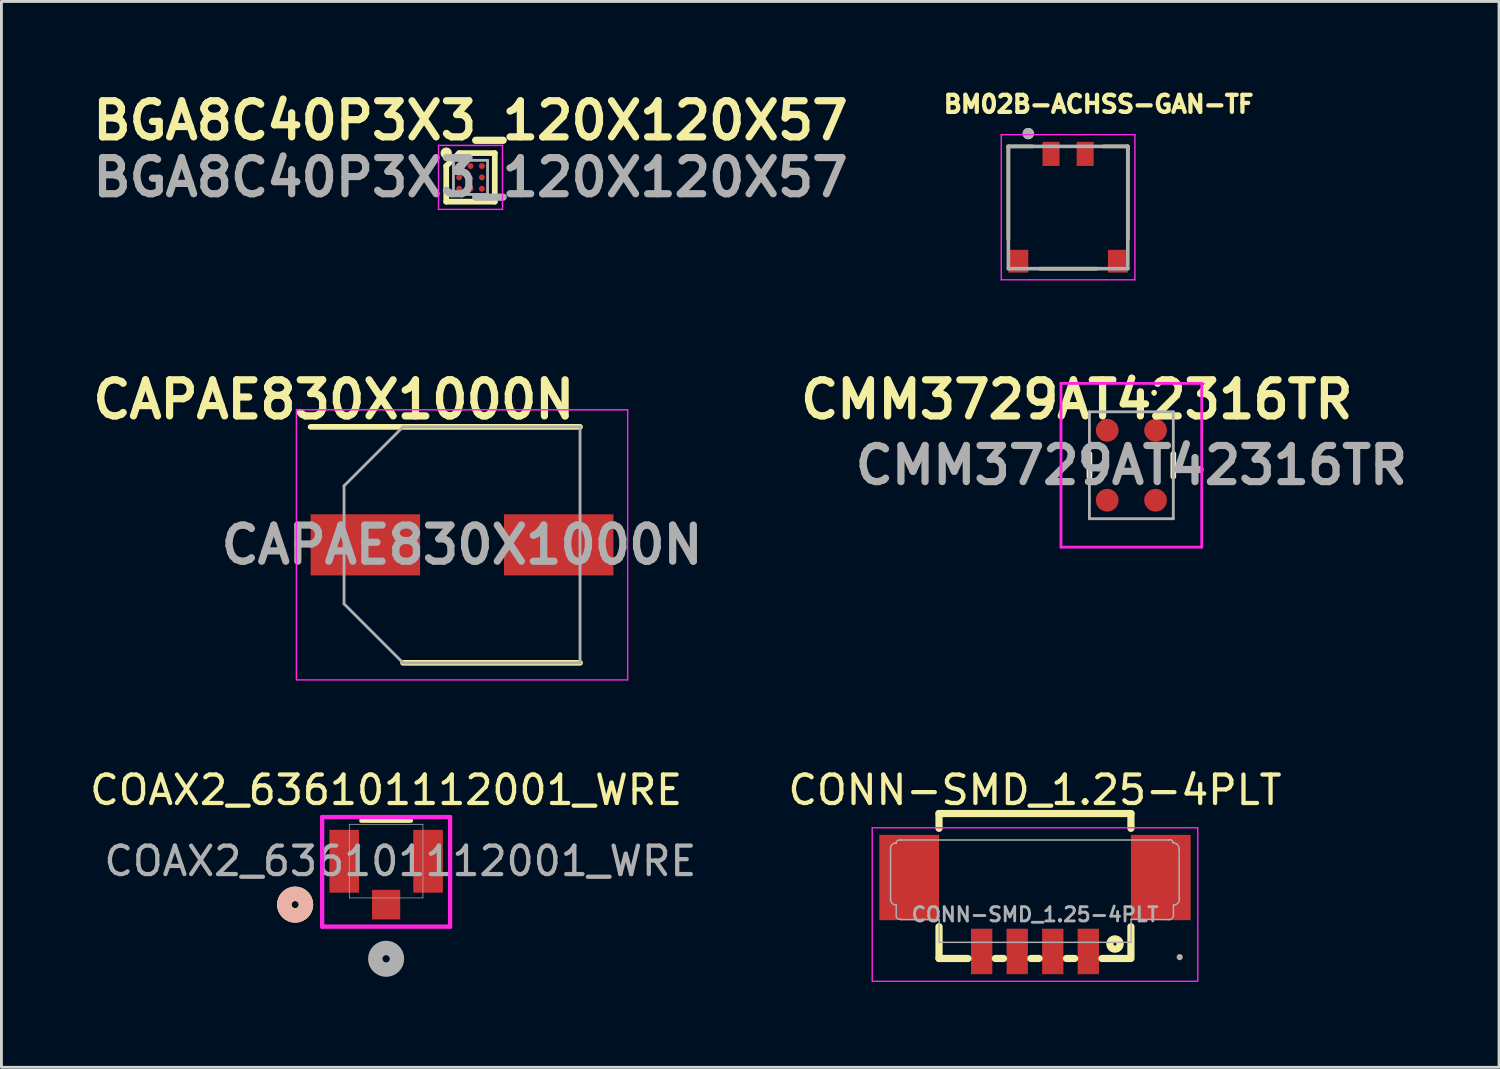
<source format=kicad_pcb>
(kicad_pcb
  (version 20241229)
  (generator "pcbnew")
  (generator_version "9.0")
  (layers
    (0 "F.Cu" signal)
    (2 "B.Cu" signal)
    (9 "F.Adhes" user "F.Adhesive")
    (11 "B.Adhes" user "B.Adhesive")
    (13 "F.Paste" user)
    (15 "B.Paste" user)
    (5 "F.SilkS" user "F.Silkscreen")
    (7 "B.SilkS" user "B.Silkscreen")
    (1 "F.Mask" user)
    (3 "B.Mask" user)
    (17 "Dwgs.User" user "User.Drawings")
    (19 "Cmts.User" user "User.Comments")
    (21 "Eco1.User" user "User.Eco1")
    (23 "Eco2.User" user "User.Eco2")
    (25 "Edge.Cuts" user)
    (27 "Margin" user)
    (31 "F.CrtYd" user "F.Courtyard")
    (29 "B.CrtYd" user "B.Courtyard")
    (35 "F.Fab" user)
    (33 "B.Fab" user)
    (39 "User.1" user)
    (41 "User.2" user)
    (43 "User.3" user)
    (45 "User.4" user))
  (footprint "COAX2_636101112001_WRE"
    (layer "F.Cu")
    (at 10.53 27.236)
    (property "Reference" "COAX2_636101112001_WRE" (at 0 -2.5 0) (unlocked yes) (layer "F.SilkS") (effects (font (size 1 1) (thickness 0.15))))
    (attr smd)
    (fp_line (start 0.871 -1.422) (end -0.871 -1.422) (stroke (width 0.152) (type solid)) (layer "F.SilkS"))
    (fp_circle (center -3.2 1.53) (end -2.819 1.53) (stroke (width 0.508) (type solid)) (fill no) (layer "F.SilkS"))
    (fp_circle (center -3.2 1.53) (end -2.819 1.53) (stroke (width 0.508) (type solid)) (fill no) (layer "B.SilkS"))
    (fp_line (start -2.25 -1.549) (end -2.25 2.304) (stroke (width 0.152) (type solid)) (layer "F.CrtYd"))
    (fp_line (start -2.25 2.304) (end 2.25 2.304) (stroke (width 0.152) (type solid)) (layer "F.CrtYd"))
    (fp_line (start 2.25 -1.549) (end -2.25 -1.549) (stroke (width 0.152) (type solid)) (layer "F.CrtYd"))
    (fp_line (start 2.25 2.304) (end 2.25 -1.549) (stroke (width 0.152) (type solid)) (layer "F.CrtYd"))
    (fp_line (start -1.295 -1.295) (end -1.295 1.295) (stroke (width 0.025) (type solid)) (layer "F.Fab"))
    (fp_line (start -1.295 1.295) (end 1.295 1.295) (stroke (width 0.025) (type solid)) (layer "F.Fab"))
    (fp_line (start 1.295 -1.295) (end -1.295 -1.295) (stroke (width 0.025) (type solid)) (layer "F.Fab"))
    (fp_line (start 1.295 1.295) (end 1.295 -1.295) (stroke (width 0.025) (type solid)) (layer "F.Fab"))
    (fp_circle (center 0 3.435) (end 0.381 3.435) (stroke (width 0.508) (type solid)) (fill no) (layer "F.Fab"))
    (fp_text user "${REFERENCE}" (at 0.5 0 0) (unlocked yes) (layer "F.Fab") (effects (font (size 1 1) (thickness 0.15))))
    (pad "1" smd rect (at 0 1.53) (size 0.991 1.041) (layers "F.Cu" "F.Mask" "F.Paste"))
    (pad "2" smd rect (at -1.475 0.005) (size 1.041 2.21) (layers "F.Cu" "F.Mask" "F.Paste"))
    (pad "3" smd rect (at 1.475 0.005) (size 1.041 2.21) (layers "F.Cu" "F.Mask" "F.Paste")))
  (footprint "BGA8C40P3X3_120X120X57"
    (layer "F.Cu")
    (at 13.498 3.189)
    (property "Reference" "BGA8C40P3X3_120X120X57" (at 0 -2 0) (layer "F.SilkS") (effects (font (size 1.27 1.27) (thickness 0.254))))
    (attr smd)
    (fp_line (start -0.854 -0.4) (end -0.4 -0.854) (stroke (width 0.2) (type solid)) (layer "F.SilkS"))
    (fp_line (start -0.854 0.854) (end -0.854 -0.4) (stroke (width 0.2) (type solid)) (layer "F.SilkS"))
    (fp_line (start -0.4 -0.854) (end 0.854 -0.854) (stroke (width 0.2) (type solid)) (layer "F.SilkS"))
    (fp_line (start 0.854 -0.854) (end 0.854 0.854) (stroke (width 0.2) (type solid)) (layer "F.SilkS"))
    (fp_line (start 0.854 0.854) (end -0.854 0.854) (stroke (width 0.2) (type solid)) (layer "F.SilkS"))
    (fp_circle (center -0.854 -0.854) (end -0.854 -0.754) (stroke (width 0.2) (type solid)) (fill no) (layer "F.SilkS"))
    (fp_line (start -1.125 -1.125) (end 1.125 -1.125) (stroke (width 0.05) (type solid)) (layer "F.CrtYd"))
    (fp_line (start -1.125 1.125) (end -1.125 -1.125) (stroke (width 0.05) (type solid)) (layer "F.CrtYd"))
    (fp_line (start 1.125 -1.125) (end 1.125 1.125) (stroke (width 0.05) (type solid)) (layer "F.CrtYd"))
    (fp_line (start 1.125 1.125) (end -1.125 1.125) (stroke (width 0.05) (type solid)) (layer "F.CrtYd"))
    (fp_line (start -0.6 -0.6) (end 0.6 -0.6) (stroke (width 0.1) (type solid)) (layer "F.Fab"))
    (fp_line (start -0.6 -0.288) (end -0.288 -0.6) (stroke (width 0.1) (type solid)) (layer "F.Fab"))
    (fp_line (start -0.6 0.6) (end -0.6 -0.6) (stroke (width 0.1) (type solid)) (layer "F.Fab"))
    (fp_line (start 0.6 -0.6) (end 0.6 0.6) (stroke (width 0.1) (type solid)) (layer "F.Fab"))
    (fp_line (start 0.6 0.6) (end -0.6 0.6) (stroke (width 0.1) (type solid)) (layer "F.Fab"))
    (fp_text user "${REFERENCE}" (at 0 0 0) (layer "F.Fab") (effects (font (size 1.27 1.27) (thickness 0.254))))
    (pad "A1" smd circle (at -0.4 -0.4 90) (size 0.208 0.208) (layers "F.Cu" "F.Mask" "F.Paste"))
    (pad "A2" smd circle (at 0 -0.4 90) (size 0.208 0.208) (layers "F.Cu" "F.Mask" "F.Paste"))
    (pad "A3" smd circle (at 0.4 -0.4 90) (size 0.208 0.208) (layers "F.Cu" "F.Mask" "F.Paste"))
    (pad "B1" smd circle (at -0.4 0 90) (size 0.208 0.208) (layers "F.Cu" "F.Mask" "F.Paste"))
    (pad "B3" smd circle (at 0.4 0 90) (size 0.208 0.208) (layers "F.Cu" "F.Mask" "F.Paste"))
    (pad "C1" smd circle (at -0.4 0.4 90) (size 0.208 0.208) (layers "F.Cu" "F.Mask" "F.Paste"))
    (pad "C2" smd circle (at 0 0.4 90) (size 0.208 0.208) (layers "F.Cu" "F.Mask" "F.Paste"))
    (pad "C3" smd circle (at 0.4 0.4 90) (size 0.208 0.208) (layers "F.Cu" "F.Mask" "F.Paste")))
  (footprint "CMM3729AT42316TR"
    (layer "F.Cu")
    (at 36.741 13.313)
    (property "Reference" "CMM3729AT42316TR" (at -1.92 -2.31 0) (layer "F.SilkS") (effects (font (size 1.27 1.27) (thickness 0.254))))
    (attr smd)
    (fp_line (start -1.475 -0.4) (end -1.475 0.4) (stroke (width 0.2) (type solid)) (layer "F.SilkS"))
    (fp_line (start 0.8 -2.6) (end 0.8 -2.6) (stroke (width 0.1) (type solid)) (layer "F.SilkS"))
    (fp_line (start 0.8 -2.5) (end 0.8 -2.5) (stroke (width 0.1) (type solid)) (layer "F.SilkS"))
    (fp_line (start 1.475 -0.4) (end 1.475 0.4) (stroke (width 0.2) (type solid)) (layer "F.SilkS"))
    (fp_arc (start 0.8 -2.6) (mid 0.85 -2.55) (end 0.8 -2.5) (stroke (width 0.1) (type solid)) (layer "F.SilkS"))
    (fp_arc (start 0.8 -2.5) (mid 0.75 -2.55) (end 0.8 -2.6) (stroke (width 0.1) (type solid)) (layer "F.SilkS"))
    (fp_line (start -2.475 -2.88) (end 2.475 -2.88) (stroke (width 0.1) (type solid)) (layer "F.CrtYd"))
    (fp_line (start -2.475 2.88) (end -2.475 -2.88) (stroke (width 0.1) (type solid)) (layer "F.CrtYd"))
    (fp_line (start 2.475 -2.88) (end 2.475 2.88) (stroke (width 0.1) (type solid)) (layer "F.CrtYd"))
    (fp_line (start 2.475 2.88) (end -2.475 2.88) (stroke (width 0.1) (type solid)) (layer "F.CrtYd"))
    (fp_line (start -1.475 -1.88) (end 1.475 -1.88) (stroke (width 0.1) (type solid)) (layer "F.Fab"))
    (fp_line (start -1.475 1.88) (end -1.475 -1.88) (stroke (width 0.1) (type solid)) (layer "F.Fab"))
    (fp_line (start 1.475 -1.88) (end 1.475 1.88) (stroke (width 0.1) (type solid)) (layer "F.Fab"))
    (fp_line (start 1.475 1.88) (end -1.475 1.88) (stroke (width 0.1) (type solid)) (layer "F.Fab"))
    (fp_text user "${REFERENCE}" (at 0 0 0) (layer "F.Fab") (effects (font (size 1.27 1.27) (thickness 0.254))))
    (pad "1" smd circle (at 0.85 -1.23 90) (size 0.8 0.8) (layers "F.Cu" "F.Mask" "F.Paste"))
    (pad "2" smd circle (at 0.85 1.23 90) (size 0.8 0.8) (layers "F.Cu" "F.Mask" "F.Paste"))
    (pad "3" smd circle (at -0.85 1.23 90) (size 0.8 0.8) (layers "F.Cu" "F.Mask" "F.Paste"))
    (pad "4" smd circle (at -0.85 -1.23 90) (size 0.8 0.8) (layers "F.Cu" "F.Mask" "F.Paste")))
  (footprint "BM02B-ACHSS-GAN-TF"
    (layer "F.Cu")
    (at 34.515 4.249)
    (property "Reference" "BM02B-ACHSS-GAN-TF" (at 1.075 -3.635 0) (layer "F.SilkS") (effects (font (size 0.6 0.6) (thickness 0.15))))
    (attr smd)
    (fp_line (start -2.1 -2.15) (end -2.1 1.1) (stroke (width 0.127) (type solid)) (layer "F.SilkS"))
    (fp_line (start -1.25 -2.15) (end -2.1 -2.15) (stroke (width 0.127) (type solid)) (layer "F.SilkS"))
    (fp_line (start -1 2.15) (end 1 2.15) (stroke (width 0.127) (type solid)) (layer "F.SilkS"))
    (fp_line (start 1.25 -2.15) (end 2.1 -2.15) (stroke (width 0.127) (type solid)) (layer "F.SilkS"))
    (fp_line (start 2.1 -2.15) (end 2.1 1.1) (stroke (width 0.127) (type solid)) (layer "F.SilkS"))
    (fp_circle (center -1.4 -2.6) (end -1.3 -2.6) (stroke (width 0.2) (type solid)) (fill no) (layer "F.SilkS"))
    (fp_line (start -2.35 -2.562) (end 2.35 -2.562) (stroke (width 0.05) (type solid)) (layer "F.CrtYd"))
    (fp_line (start -2.35 2.54) (end -2.35 -2.562) (stroke (width 0.05) (type solid)) (layer "F.CrtYd"))
    (fp_line (start 2.35 -2.562) (end 2.35 2.54) (stroke (width 0.05) (type solid)) (layer "F.CrtYd"))
    (fp_line (start 2.35 2.54) (end -2.35 2.54) (stroke (width 0.05) (type solid)) (layer "F.CrtYd"))
    (fp_line (start -2.1 -2.15) (end 2.1 -2.15) (stroke (width 0.127) (type solid)) (layer "F.Fab"))
    (fp_line (start -2.1 2.15) (end -2.1 -2.15) (stroke (width 0.127) (type solid)) (layer "F.Fab"))
    (fp_line (start 2.1 -2.15) (end 2.1 2.15) (stroke (width 0.127) (type solid)) (layer "F.Fab"))
    (fp_line (start 2.1 2.15) (end -2.1 2.15) (stroke (width 0.127) (type solid)) (layer "F.Fab"))
    (fp_circle (center -1.4 -2.6) (end -1.3 -2.6) (stroke (width 0.2) (type solid)) (fill no) (layer "F.Fab"))
    (pad "1" smd rect (at -0.6 -1.887) (size 0.6 0.85) (layers "F.Cu" "F.Mask" "F.Paste"))
    (pad "2" smd rect (at 0.6 -1.887) (size 0.6 0.85) (layers "F.Cu" "F.Mask" "F.Paste"))
    (pad "S1" smd rect (at -1.75 1.887) (size 0.7 0.8) (layers "F.Cu" "F.Mask" "F.Paste"))
    (pad "S2" smd rect (at 1.75 1.887) (size 0.7 0.8) (layers "F.Cu" "F.Mask" "F.Paste")))
  (footprint "CAPAE830X1000N"
    (layer "F.Cu")
    (at 13.2 16.113)
    (property "Reference" "CAPAE830X1000N" (at -4.51 -5.11 0) (layer "F.SilkS") (effects (font (size 1.27 1.27) (thickness 0.254))))
    (attr smd)
    (fp_line (start -5.325 -4.15) (end 4.15 -4.15) (stroke (width 0.2) (type solid)) (layer "F.SilkS"))
    (fp_line (start -2.075 4.15) (end 4.15 4.15) (stroke (width 0.2) (type solid)) (layer "F.SilkS"))
    (fp_line (start -5.825 -4.75) (end 5.825 -4.75) (stroke (width 0.05) (type solid)) (layer "F.CrtYd"))
    (fp_line (start -5.825 4.75) (end -5.825 -4.75) (stroke (width 0.05) (type solid)) (layer "F.CrtYd"))
    (fp_line (start 5.825 -4.75) (end 5.825 4.75) (stroke (width 0.05) (type solid)) (layer "F.CrtYd"))
    (fp_line (start 5.825 4.75) (end -5.825 4.75) (stroke (width 0.05) (type solid)) (layer "F.CrtYd"))
    (fp_line (start -4.15 -2.075) (end -4.15 2.075) (stroke (width 0.1) (type solid)) (layer "F.Fab"))
    (fp_line (start -4.15 2.075) (end -2.075 4.15) (stroke (width 0.1) (type solid)) (layer "F.Fab"))
    (fp_line (start -2.075 -4.15) (end -4.15 -2.075) (stroke (width 0.1) (type solid)) (layer "F.Fab"))
    (fp_line (start -2.075 4.15) (end 4.15 4.15) (stroke (width 0.1) (type solid)) (layer "F.Fab"))
    (fp_line (start 4.15 -4.15) (end -2.075 -4.15) (stroke (width 0.1) (type solid)) (layer "F.Fab"))
    (fp_line (start 4.15 4.15) (end 4.15 -4.15) (stroke (width 0.1) (type solid)) (layer "F.Fab"))
    (fp_text user "${REFERENCE}" (at 0 0 0) (layer "F.Fab") (effects (font (size 1.27 1.27) (thickness 0.254))))
    (pad "1" smd rect (at -3.4 0 90) (size 2.15 3.85) (layers "F.Cu" "F.Mask" "F.Paste"))
    (pad "2" smd rect (at 3.4 0 90) (size 2.15 3.85) (layers "F.Cu" "F.Mask" "F.Paste")))
  (footprint "CONN-SMD_1.25-4PLT"
    (layer "F.Cu")
    (at 33.351 29.113)
    (property "Reference" "CONN-SMD_1.25-4PLT" (at 0 -4.377 0) (layer "F.SilkS") (effects (font (size 1 1) (thickness 0.15))))
    (fp_line (start -3.375 -3.55) (end -3.375 -3.031) (stroke (width 0.254) (type default)) (layer "F.SilkS"))
    (fp_line (start -3.375 -3.55) (end 3.375 -3.55) (stroke (width 0.254) (type default)) (layer "F.SilkS"))
    (fp_line (start -3.375 0.431) (end -3.375 1.547) (stroke (width 0.254) (type default)) (layer "F.SilkS"))
    (fp_line (start -3.375 1.547) (end -2.644 1.547) (stroke (width 0.254) (type default)) (layer "F.SilkS"))
    (fp_line (start -2.644 1.547) (end -2.356 1.547) (stroke (width 0.254) (type default)) (layer "F.SilkS"))
    (fp_line (start -1.394 1.547) (end -1.106 1.547) (stroke (width 0.254) (type default)) (layer "F.SilkS"))
    (fp_line (start -0.144 1.547) (end 0.144 1.547) (stroke (width 0.254) (type default)) (layer "F.SilkS"))
    (fp_line (start 1.106 1.547) (end 1.394 1.547) (stroke (width 0.254) (type default)) (layer "F.SilkS"))
    (fp_line (start 2.356 1.547) (end 3.322 1.547) (stroke (width 0.254) (type default)) (layer "F.SilkS"))
    (fp_line (start 3.375 -3.55) (end 3.375 -3.031) (stroke (width 0.254) (type default)) (layer "F.SilkS"))
    (fp_line (start 3.375 0.431) (end 3.375 1.547) (stroke (width 0.254) (type default)) (layer "F.SilkS"))
    (fp_circle (center 2.814 1.039) (end 2.994 1.039) (stroke (width 0.254) (type default)) (fill no) (layer "F.SilkS"))
    (fp_rect (start -5.725 -3.05) (end 5.725 2.35) (stroke (width 0.05) (type default)) (fill no) (layer "F.CrtYd"))
    (fp_line (start -5.08 -2.33) (end -5.08 -0.54) (stroke (width 0.051) (type default)) (layer "F.Fab"))
    (fp_line (start -5.08 -0.54) (end -5.08 -0.53) (stroke (width 0.051) (type default)) (layer "F.Fab"))
    (fp_line (start -4.88 -2.51) (end -4.9 -2.51) (stroke (width 0.051) (type default)) (layer "F.Fab"))
    (fp_line (start -4.88 -0.33) (end -4.88 0.05) (stroke (width 0.051) (type default)) (layer "F.Fab"))
    (fp_line (start -4.76 0.17) (end -4.72 0.17) (stroke (width 0.051) (type default)) (layer "F.Fab"))
    (fp_line (start -4.71 0.18) (end -3.38 0.18) (stroke (width 0.051) (type default)) (layer "F.Fab"))
    (fp_line (start -4.69 -2.62) (end -4.77 -2.62) (stroke (width 0.051) (type default)) (layer "F.Fab"))
    (fp_line (start -3.37 0.19) (end -3.37 0.97) (stroke (width 0.051) (type default)) (layer "F.Fab"))
    (fp_line (start -3.36 0.98) (end 3.37 0.98) (stroke (width 0.051) (type default)) (layer "F.Fab"))
    (fp_line (start 3.38 0.17) (end 4.71 0.18) (stroke (width 0.051) (type default)) (layer "F.Fab"))
    (fp_line (start 3.38 0.97) (end 3.38 0.17) (stroke (width 0.051) (type default)) (layer "F.Fab"))
    (fp_line (start 4.69 -2.62) (end -4.69 -2.62) (stroke (width 0.051) (type default)) (layer "F.Fab"))
    (fp_line (start 4.71 0.18) (end 4.72 0.18) (stroke (width 0.051) (type default)) (layer "F.Fab"))
    (fp_line (start 4.75 -2.63) (end 4.7 -2.63) (stroke (width 0.051) (type default)) (layer "F.Fab"))
    (fp_line (start 4.87 0.03) (end 4.87 -0.33) (stroke (width 0.051) (type default)) (layer "F.Fab"))
    (fp_line (start 5.07 -2.26) (end 5.07 -2.31) (stroke (width 0.051) (type default)) (layer "F.Fab"))
    (fp_line (start 5.07 -0.59) (end 5.07 -2.26) (stroke (width 0.051) (type default)) (layer "F.Fab"))
    (fp_line (start 5.08 -0.54) (end 5.08 -0.58) (stroke (width 0.051) (type default)) (layer "F.Fab"))
    (fp_arc (start -5.08 -2.33) (mid -5.027279 -2.457279) (end -4.9 -2.51) (stroke (width 0.051) (type default)) (layer "F.Fab"))
    (fp_arc (start -4.88 -2.51) (mid -4.847782 -2.587782) (end -4.77 -2.62) (stroke (width 0.051) (type default)) (layer "F.Fab"))
    (fp_arc (start -4.88 -0.33) (mid -5.021421 -0.388579) (end -5.08 -0.53) (stroke (width 0.051) (type default)) (layer "F.Fab"))
    (fp_arc (start -4.76 0.17) (mid -4.844853 0.134853) (end -4.88 0.05) (stroke (width 0.051) (type default)) (layer "F.Fab"))
    (fp_arc (start -4.71 0.18) (mid -4.717071 0.177071) (end -4.72 0.17) (stroke (width 0.051) (type default)) (layer "F.Fab"))
    (fp_arc (start -3.38 0.18) (mid -3.372929 0.182929) (end -3.37 0.19) (stroke (width 0.051) (type default)) (layer "F.Fab"))
    (fp_arc (start -3.36 0.98) (mid -3.367071 0.977071) (end -3.37 0.97) (stroke (width 0.051) (type default)) (layer "F.Fab"))
    (fp_arc (start 3.38 0.97) (mid 3.377071 0.977071) (end 3.37 0.98) (stroke (width 0.051) (type default)) (layer "F.Fab"))
    (fp_arc (start 4.7 -2.63) (mid 4.697071 -2.622929) (end 4.69 -2.62) (stroke (width 0.051) (type default)) (layer "F.Fab"))
    (fp_arc (start 4.75 -2.63) (mid 4.827782 -2.597782) (end 4.86 -2.52) (stroke (width 0.051) (type default)) (layer "F.Fab"))
    (fp_arc (start 4.86 -2.52) (mid 5.008492 -2.458492) (end 5.07 -2.31) (stroke (width 0.051) (type default)) (layer "F.Fab"))
    (fp_arc (start 4.87 0.03) (mid 4.826066 0.136066) (end 4.72 0.18) (stroke (width 0.051) (type default)) (layer "F.Fab"))
    (fp_arc (start 5.08 -0.58) (mid 5.072929 -0.582929) (end 5.07 -0.59) (stroke (width 0.051) (type default)) (layer "F.Fab"))
    (fp_arc (start 5.08 -0.54) (mid 5.018492 -0.391508) (end 4.87 -0.33) (stroke (width 0.051) (type default)) (layer "F.Fab"))
    (fp_poly (pts (xy 5.145 1.477) (xy 5.113 1.445) (xy 5.067 1.445) (xy 5.035 1.477) (xy 5.035 1.523) (xy 5.067 1.555) (xy 5.113 1.555) (xy 5.145 1.523)) (stroke (width 0.1) (type default)) (fill no) (layer "F.Fab"))
    (fp_poly (pts (xy -5.09 -2.63) (xy -3.59 -2.63) (xy -3.59 0.17) (xy -5.09 0.17)) (stroke (width 0.1) (type default)) (fill no) (layer "User.1"))
    (fp_poly (pts (xy -2.025 0.8) (xy -1.725 0.8) (xy -1.725 1.5) (xy -2.025 1.5)) (stroke (width 0.1) (type default)) (fill no) (layer "User.1"))
    (fp_poly (pts (xy -0.775 0.8) (xy -0.475 0.8) (xy -0.475 1.5) (xy -0.775 1.5)) (stroke (width 0.1) (type default)) (fill no) (layer "User.1"))
    (fp_poly (pts (xy 0.475 0.8) (xy 0.775 0.8) (xy 0.775 1.5) (xy 0.475 1.5)) (stroke (width 0.1) (type default)) (fill no) (layer "User.1"))
    (fp_poly (pts (xy 1.725 0.8) (xy 2.025 0.8) (xy 2.025 1.5) (xy 1.725 1.5)) (stroke (width 0.1) (type default)) (fill no) (layer "User.1"))
    (fp_poly (pts (xy 3.59 -2.65) (xy 5.09 -2.65) (xy 5.09 0.15) (xy 3.59 0.15)) (stroke (width 0.1) (type default)) (fill no) (layer "User.1"))
    (fp_text user "${REFERENCE}" (at 0 0 0) (layer "F.Fab") (effects (font (size 0.5 0.5) (thickness 0.1))))
    (pad "1" smd rect (at 1.875 1.3) (size 0.75 1.6) (layers "F.Cu" "F.Mask" "F.Paste"))
    (pad "2" smd rect (at 0.625 1.3) (size 0.75 1.6) (layers "F.Cu" "F.Mask" "F.Paste"))
    (pad "3" smd rect (at -0.625 1.3) (size 0.75 1.6) (layers "F.Cu" "F.Mask" "F.Paste"))
    (pad "4" smd rect (at -1.875 1.3) (size 0.75 1.6) (layers "F.Cu" "F.Mask" "F.Paste"))
    (pad "5" smd rect (at 4.425 -1.3) (size 2.1 3) (layers "F.Cu" "F.Mask" "F.Paste"))
    (pad "6" smd rect (at -4.425 -1.3) (size 2.1 3) (layers "F.Cu" "F.Mask" "F.Paste")))
  (gr_rect
    (start -3 -3)
    (end 49.671 34.488)
    (stroke (width 0.1) (type default))
    (fill no)
    (layer "Edge.Cuts")))
</source>
